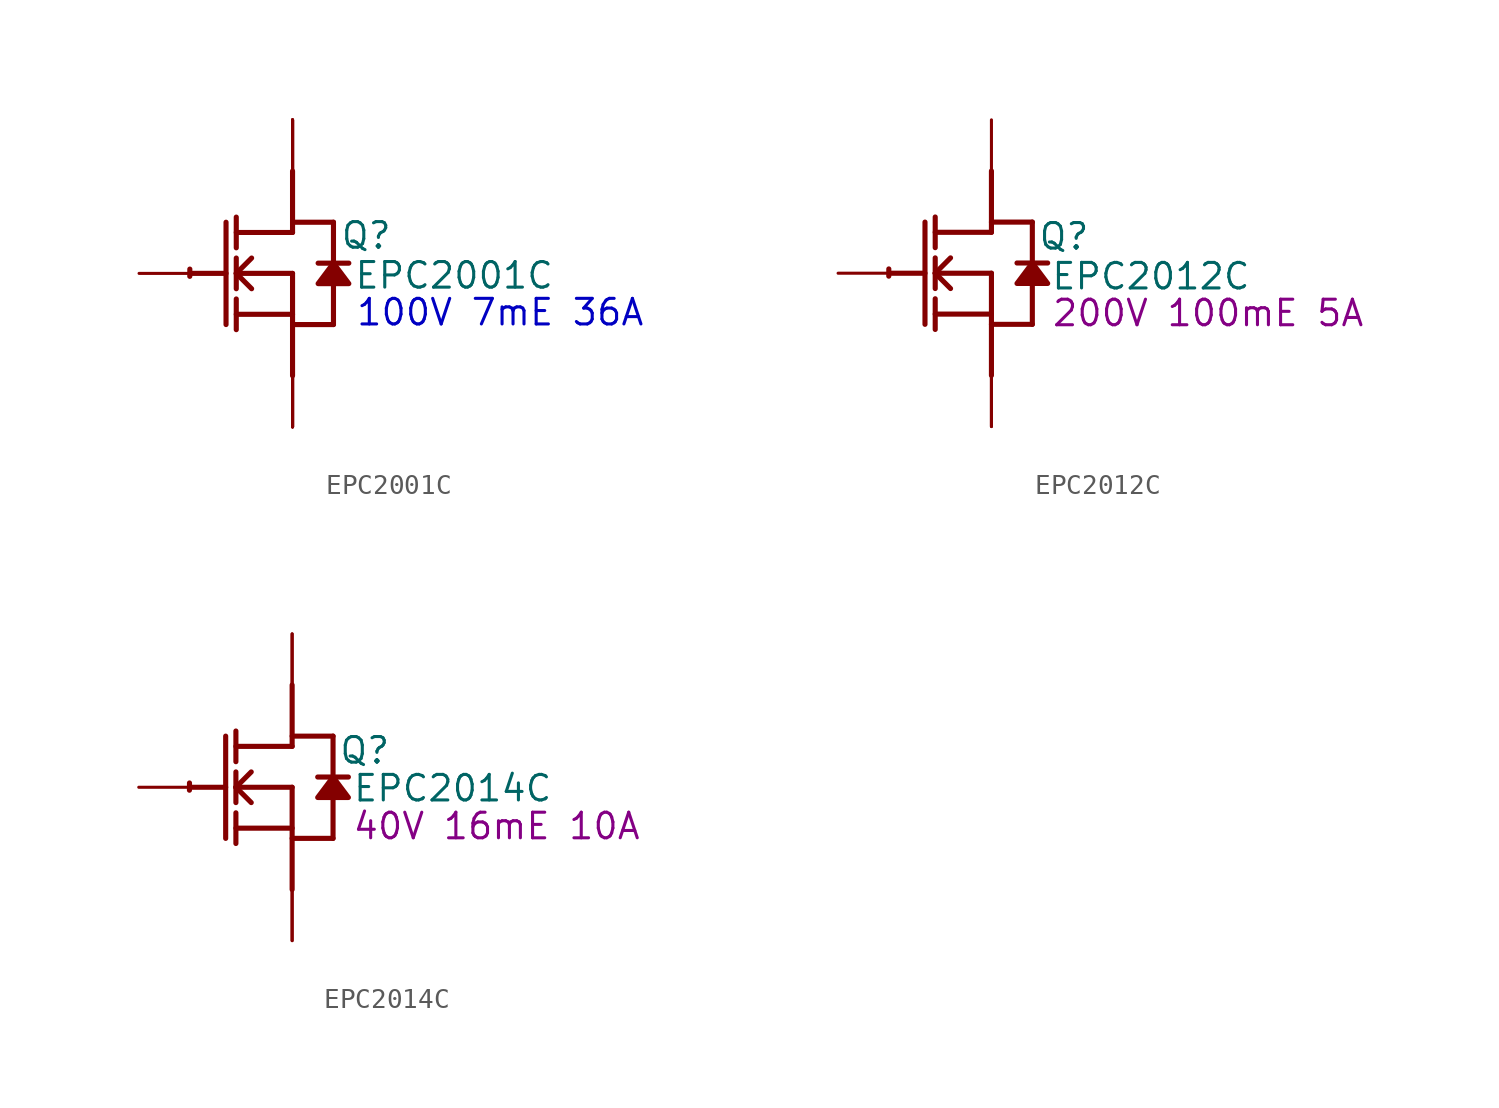
<source format=kicad_sym>
(kicad_symbol_lib
  (version 20241209)
  (generator "kicad_symbol_editor")
  (generator_version "9.0")
  (symbol "EPC2001C"
    (property "Reference" "Q"
      (at 3.658 1.88 0)
      (effects (font (size 1.27 1.27))))
    (property "Value" "EPC2001C"
      (at 8.026 -0.102 0)
      (effects (font (size 1.27 1.27))))
    (property "Description" "100V 7mE 36A"
      (at 10.312 -1.93 0)
      (effects (font (size 1.27 1.27) (color 0 0 194 1))))
    (symbol "EPC2001C_1_0"
      (polyline (pts (xy -5.08 0) (xy -3.302 0)) (stroke (width 0.254) (type solid)) (fill (type none)))
      (polyline (pts (xy -3.302 2.54) (xy -3.302 -2.54)) (stroke (width 0.254) (type solid)) (fill (type none)))
      (polyline (pts (xy -2.794 1.27) (xy -2.794 2.794)) (stroke (width 0.254) (type solid)) (fill (type none)))
      (polyline (pts (xy -2.794 0) (xy -2.032 0.762)) (stroke (width 0.254) (type solid)) (fill (type none)))
      (polyline (pts (xy -2.794 0) (xy 0 0)) (stroke (width 0.254) (type solid)) (fill (type none)))
      (polyline (pts (xy -2.794 -0.762) (xy -2.794 0.762)) (stroke (width 0.254) (type solid)) (fill (type none)))
      (polyline (pts (xy -2.794 -2.032) (xy 0 -2.032)) (stroke (width 0.254) (type solid)) (fill (type none)))
      (polyline (pts (xy -2.794 -2.794) (xy -2.794 -1.27)) (stroke (width 0.254) (type solid)) (fill (type none)))
      (polyline (pts (xy -2.032 -0.762) (xy -2.794 0)) (stroke (width 0.254) (type solid)) (fill (type none)))
      (polyline (pts (xy 0 2.54) (xy 2.032 2.54)) (stroke (width 0.254) (type solid)) (fill (type none)))
      (polyline (pts (xy 0 2.032) (xy -2.794 2.032)) (stroke (width 0.254) (type solid)) (fill (type none)))
      (polyline (pts (xy 0 2.032) (xy 0 5.08)) (stroke (width 0.254) (type solid)) (fill (type none)))
      (polyline (pts (xy 0 0) (xy 0 -5.08)) (stroke (width 0.254) (type solid)) (fill (type none)))
      (polyline (pts (xy 0 -2.54) (xy 2.032 -2.54)) (stroke (width 0.254) (type solid)) (fill (type none)))
      (arc (start -5.1019 -0.1467) (mid -5.1039 0.0331) (end -5.0996 0.2128) (stroke (width 0.254) (type solid)) (fill (type none)))
      (polyline (pts (xy 2.032 2.54) (xy 2.032 0.508)) (stroke (width 0.254) (type solid)) (fill (type none)))
      (polyline (pts (xy 2.032 0.508) (xy 1.27 -0.508) (xy 2.794 -0.508) (xy 2.032 0.508)) (stroke (width 0.254) (type solid)) (fill (type outline)))
      (polyline (pts (xy 2.032 -0.508) (xy 2.032 -2.54)) (stroke (width 0.254) (type solid)) (fill (type none)))
      (polyline (pts (xy 2.794 0.508) (xy 1.27 0.508)) (stroke (width 0.254) (type solid)) (fill (type none)))
      (pin passive line (at -7.62 0 0) (length 2.54) (name "G" (effects (font (size 0 0)))) (number "1" (effects (font (size 0 0)))))
      (pin open_collector line (at 0 7.62 270) (length 2.54) (name "D5" (effects (font (size 0 0)))) (number "11" (effects (font (size 0 0)))))
      (pin open_collector line (at 0 7.62 270) (length 2.54) (name "D1" (effects (font (size 0 0)))) (number "3" (effects (font (size 0 0)))))
      (pin open_collector line (at 0 7.62 270) (length 2.54) (name "D2" (effects (font (size 0 0)))) (number "5" (effects (font (size 0 0)))))
      (pin open_collector line (at 0 7.62 270) (length 2.54) (name "D3" (effects (font (size 0 0)))) (number "7" (effects (font (size 0 0)))))
      (pin open_collector line (at 0 7.62 270) (length 2.54) (name "D4" (effects (font (size 0 0)))) (number "9" (effects (font (size 0 0)))))
      (pin open_emitter line (at 0 -7.62 90) (length 2.54) (name "S4" (effects (font (size 0 0)))) (number "10" (effects (font (size 0 0)))))
      (pin open_emitter line (at 0 -7.62 90) (length 2.54) (name "Sub" (effects (font (size 0 0)))) (number "2" (effects (font (size 0 0)))))
      (pin open_emitter line (at 0 -7.62 90) (length 2.54) (name "S1" (effects (font (size 0 0)))) (number "4" (effects (font (size 0 0)))))
      (pin open_emitter line (at 0 -7.62 90) (length 2.54) (name "S2" (effects (font (size 0 0)))) (number "6" (effects (font (size 0 0)))))
      (pin open_emitter line (at 0 -7.62 90) (length 2.54) (name "S3" (effects (font (size 0 0)))) (number "8" (effects (font (size 0 0)))))))
  (symbol "EPC2012C"
    (property "Reference" "Q"
      (at 3.607 1.829 0)
      (effects (font (size 1.27 1.27))))
    (property "Value" "EPC2012C"
      (at 7.925 -0.152 0)
      (effects (font (size 1.27 1.27))))
    (property "Description" "200V 100mE 5A"
      (at 10.77 -1.981 0)
      (effects (font (size 1.27 1.27))))
    (symbol "EPC2012C_1_0"
      (polyline (pts (xy -5.08 0) (xy -3.302 0)) (stroke (width 0.254) (type solid)) (fill (type none)))
      (polyline (pts (xy -3.302 2.54) (xy -3.302 -2.54)) (stroke (width 0.254) (type solid)) (fill (type none)))
      (polyline (pts (xy -2.794 1.27) (xy -2.794 2.794)) (stroke (width 0.254) (type solid)) (fill (type none)))
      (polyline (pts (xy -2.794 0) (xy -2.032 0.762)) (stroke (width 0.254) (type solid)) (fill (type none)))
      (polyline (pts (xy -2.794 0) (xy 0 0)) (stroke (width 0.254) (type solid)) (fill (type none)))
      (polyline (pts (xy -2.794 -0.762) (xy -2.794 0.762)) (stroke (width 0.254) (type solid)) (fill (type none)))
      (polyline (pts (xy -2.794 -2.032) (xy 0 -2.032)) (stroke (width 0.254) (type solid)) (fill (type none)))
      (polyline (pts (xy -2.794 -2.794) (xy -2.794 -1.27)) (stroke (width 0.254) (type solid)) (fill (type none)))
      (polyline (pts (xy -2.032 -0.762) (xy -2.794 0)) (stroke (width 0.254) (type solid)) (fill (type none)))
      (polyline (pts (xy 0 2.54) (xy 2.032 2.54)) (stroke (width 0.254) (type solid)) (fill (type none)))
      (polyline (pts (xy 0 2.032) (xy -2.794 2.032)) (stroke (width 0.254) (type solid)) (fill (type none)))
      (polyline (pts (xy 0 2.032) (xy 0 5.08)) (stroke (width 0.254) (type solid)) (fill (type none)))
      (polyline (pts (xy 0 0) (xy 0 -5.08)) (stroke (width 0.254) (type solid)) (fill (type none)))
      (polyline (pts (xy 0 -2.54) (xy 2.032 -2.54)) (stroke (width 0.254) (type solid)) (fill (type none)))
      (arc (start -5.1019 -0.1467) (mid -5.1039 0.0331) (end -5.0996 0.2128) (stroke (width 0.254) (type solid)) (fill (type none)))
      (polyline (pts (xy 2.032 2.54) (xy 2.032 0.508)) (stroke (width 0.254) (type solid)) (fill (type none)))
      (polyline (pts (xy 2.032 0.508) (xy 1.27 -0.508) (xy 2.794 -0.508) (xy 2.032 0.508)) (stroke (width 0.254) (type solid)) (fill (type outline)))
      (polyline (pts (xy 2.032 -0.508) (xy 2.032 -2.54)) (stroke (width 0.254) (type solid)) (fill (type none)))
      (polyline (pts (xy 2.794 0.508) (xy 1.27 0.508)) (stroke (width 0.254) (type solid)) (fill (type none)))
      (pin passive line (at -7.62 0 0) (length 2.54) (name "G" (effects (font (size 0 0)))) (number "1" (effects (font (size 0 0)))))
      (pin open_collector line (at 0 7.62 270) (length 2.54) (name "D" (effects (font (size 0 0)))) (number "3" (effects (font (size 0 0)))))
      (pin open_emitter line (at 0 -7.62 90) (length 2.54) (name "Sub" (effects (font (size 0 0)))) (number "2" (effects (font (size 0 0)))))
      (pin open_emitter line (at 0 -7.62 90) (length 2.54) (name "S" (effects (font (size 0 0)))) (number "4" (effects (font (size 0 0)))))))
  (symbol "EPC2014C"
    (property "Reference" "Q"
      (at 3.607 1.829 0)
      (effects (font (size 1.27 1.27))))
    (property "Value" "EPC2014C"
      (at 7.976 -0.051 0)
      (effects (font (size 1.27 1.27))))
    (property "Description" "40V 16mE 10A"
      (at 10.16 -1.93 0)
      (effects (font (size 1.27 1.27))))
    (symbol "EPC2014C_1_0"
      (polyline (pts (xy -5.08 0) (xy -3.302 0)) (stroke (width 0.254) (type solid)) (fill (type none)))
      (polyline (pts (xy -3.302 2.54) (xy -3.302 -2.54)) (stroke (width 0.254) (type solid)) (fill (type none)))
      (polyline (pts (xy -2.794 1.27) (xy -2.794 2.794)) (stroke (width 0.254) (type solid)) (fill (type none)))
      (polyline (pts (xy -2.794 0) (xy -2.032 0.762)) (stroke (width 0.254) (type solid)) (fill (type none)))
      (polyline (pts (xy -2.794 0) (xy 0 0)) (stroke (width 0.254) (type solid)) (fill (type none)))
      (polyline (pts (xy -2.794 -0.762) (xy -2.794 0.762)) (stroke (width 0.254) (type solid)) (fill (type none)))
      (polyline (pts (xy -2.794 -2.032) (xy 0 -2.032)) (stroke (width 0.254) (type solid)) (fill (type none)))
      (polyline (pts (xy -2.794 -2.794) (xy -2.794 -1.27)) (stroke (width 0.254) (type solid)) (fill (type none)))
      (polyline (pts (xy -2.032 -0.762) (xy -2.794 0)) (stroke (width 0.254) (type solid)) (fill (type none)))
      (polyline (pts (xy 0 2.54) (xy 2.032 2.54)) (stroke (width 0.254) (type solid)) (fill (type none)))
      (polyline (pts (xy 0 2.032) (xy -2.794 2.032)) (stroke (width 0.254) (type solid)) (fill (type none)))
      (polyline (pts (xy 0 2.032) (xy 0 5.08)) (stroke (width 0.254) (type solid)) (fill (type none)))
      (polyline (pts (xy 0 0) (xy 0 -5.08)) (stroke (width 0.254) (type solid)) (fill (type none)))
      (polyline (pts (xy 0 -2.54) (xy 2.032 -2.54)) (stroke (width 0.254) (type solid)) (fill (type none)))
      (arc (start -5.1019 -0.1467) (mid -5.1039 0.0331) (end -5.0996 0.2128) (stroke (width 0.254) (type solid)) (fill (type none)))
      (polyline (pts (xy 2.032 2.54) (xy 2.032 0.508)) (stroke (width 0.254) (type solid)) (fill (type none)))
      (polyline (pts (xy 2.032 0.508) (xy 1.27 -0.508) (xy 2.794 -0.508) (xy 2.032 0.508)) (stroke (width 0.254) (type solid)) (fill (type outline)))
      (polyline (pts (xy 2.032 -0.508) (xy 2.032 -2.54)) (stroke (width 0.254) (type solid)) (fill (type none)))
      (polyline (pts (xy 2.794 0.508) (xy 1.27 0.508)) (stroke (width 0.254) (type solid)) (fill (type none)))
      (pin passive line (at -7.62 0 0) (length 2.54) (name "G" (effects (font (size 0 0)))) (number "1" (effects (font (size 0 0)))))
      (pin open_collector line (at 0 7.62 270) (length 2.54) (name "D1" (effects (font (size 0 0)))) (number "3" (effects (font (size 0 0)))))
      (pin open_collector line (at 0 7.62 270) (length 2.54) (name "D2" (effects (font (size 0 0)))) (number "5" (effects (font (size 0 0)))))
      (pin open_emitter line (at 0 -7.62 90) (length 2.54) (name "Sub" (effects (font (size 0 0)))) (number "2" (effects (font (size 0 0)))))
      (pin open_emitter line (at 0 -7.62 90) (length 2.54) (name "S1" (effects (font (size 0 0)))) (number "4" (effects (font (size 0 0))))))))
</source>
